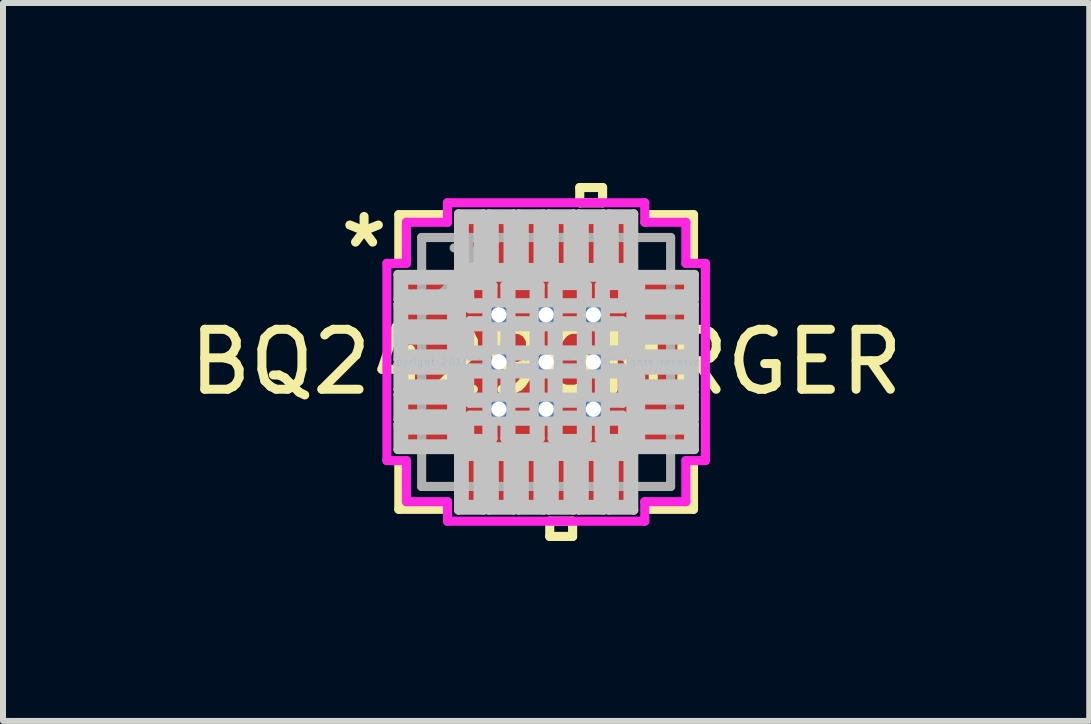
<source format=kicad_pcb>
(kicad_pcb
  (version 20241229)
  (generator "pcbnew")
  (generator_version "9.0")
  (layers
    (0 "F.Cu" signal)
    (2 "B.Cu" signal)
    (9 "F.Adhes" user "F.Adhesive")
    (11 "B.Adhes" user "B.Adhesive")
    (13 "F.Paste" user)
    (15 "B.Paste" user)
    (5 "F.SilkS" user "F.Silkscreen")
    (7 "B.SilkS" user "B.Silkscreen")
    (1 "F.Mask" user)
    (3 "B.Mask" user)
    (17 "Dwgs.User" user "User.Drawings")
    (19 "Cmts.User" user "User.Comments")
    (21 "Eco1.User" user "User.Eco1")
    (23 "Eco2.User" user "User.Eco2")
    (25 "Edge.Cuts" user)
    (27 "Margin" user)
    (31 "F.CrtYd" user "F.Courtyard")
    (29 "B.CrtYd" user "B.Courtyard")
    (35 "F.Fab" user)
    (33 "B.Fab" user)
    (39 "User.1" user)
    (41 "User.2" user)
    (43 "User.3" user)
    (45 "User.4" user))
  (footprint "BQ24296MRGER"
    (layer "F.Cu")
    (at 6.054 2.984)
    (property "Reference" "BQ24296MRGER" (at 0 0 0) (layer "F.SilkS") (effects (font (size 1 1) (thickness 0.15))))
    (attr through_hole)
    (fp_line (start -2.456 -2.456) (end -2.456 -1.718) (stroke (width 0.152) (type solid)) (layer "F.SilkS"))
    (fp_line (start -2.456 1.718) (end -2.456 2.456) (stroke (width 0.152) (type solid)) (layer "F.SilkS"))
    (fp_line (start -2.456 2.456) (end -1.718 2.456) (stroke (width 0.152) (type solid)) (layer "F.SilkS"))
    (fp_line (start -1.718 -2.456) (end -2.456 -2.456) (stroke (width 0.152) (type solid)) (layer "F.SilkS"))
    (fp_line (start 0.06 2.654) (end 0.06 2.908) (stroke (width 0.152) (type solid)) (layer "F.SilkS"))
    (fp_line (start 0.06 2.908) (end 0.441 2.908) (stroke (width 0.152) (type solid)) (layer "F.SilkS"))
    (fp_line (start 0.441 2.654) (end 0.06 2.654) (stroke (width 0.152) (type solid)) (layer "F.SilkS"))
    (fp_line (start 0.441 2.908) (end 0.441 2.654) (stroke (width 0.152) (type solid)) (layer "F.SilkS"))
    (fp_line (start 0.56 -2.908) (end 0.941 -2.908) (stroke (width 0.152) (type solid)) (layer "F.SilkS"))
    (fp_line (start 0.56 -2.654) (end 0.56 -2.908) (stroke (width 0.152) (type solid)) (layer "F.SilkS"))
    (fp_line (start 0.941 -2.908) (end 0.941 -2.654) (stroke (width 0.152) (type solid)) (layer "F.SilkS"))
    (fp_line (start 0.941 -2.654) (end 0.56 -2.654) (stroke (width 0.152) (type solid)) (layer "F.SilkS"))
    (fp_line (start 1.718 2.456) (end 2.456 2.456) (stroke (width 0.152) (type solid)) (layer "F.SilkS"))
    (fp_line (start 2.456 -2.456) (end 1.718 -2.456) (stroke (width 0.152) (type solid)) (layer "F.SilkS"))
    (fp_line (start 2.456 -1.718) (end 2.456 -2.456) (stroke (width 0.152) (type solid)) (layer "F.SilkS"))
    (fp_line (start 2.456 2.456) (end 2.456 1.718) (stroke (width 0.152) (type solid)) (layer "F.SilkS"))
    (fp_line (start -2.47 -1.46) (end -2.47 -1.04) (stroke (width 0.152) (type solid)) (layer "Dwgs.User"))
    (fp_line (start -2.47 -1.04) (end -1.48 -1.04) (stroke (width 0.152) (type solid)) (layer "Dwgs.User"))
    (fp_line (start -2.47 -0.96) (end -2.47 -0.54) (stroke (width 0.152) (type solid)) (layer "Dwgs.User"))
    (fp_line (start -2.47 -0.54) (end -1.48 -0.54) (stroke (width 0.152) (type solid)) (layer "Dwgs.User"))
    (fp_line (start -2.47 -0.46) (end -2.47 -0.04) (stroke (width 0.152) (type solid)) (layer "Dwgs.User"))
    (fp_line (start -2.47 -0.04) (end -1.48 -0.04) (stroke (width 0.152) (type solid)) (layer "Dwgs.User"))
    (fp_line (start -2.47 0.04) (end -2.47 0.46) (stroke (width 0.152) (type solid)) (layer "Dwgs.User"))
    (fp_line (start -2.47 0.46) (end -1.48 0.46) (stroke (width 0.152) (type solid)) (layer "Dwgs.User"))
    (fp_line (start -2.47 0.54) (end -2.47 0.96) (stroke (width 0.152) (type solid)) (layer "Dwgs.User"))
    (fp_line (start -2.47 0.96) (end -1.48 0.96) (stroke (width 0.152) (type solid)) (layer "Dwgs.User"))
    (fp_line (start -2.47 1.04) (end -2.47 1.46) (stroke (width 0.152) (type solid)) (layer "Dwgs.User"))
    (fp_line (start -2.47 1.46) (end -1.48 1.46) (stroke (width 0.152) (type solid)) (layer "Dwgs.User"))
    (fp_line (start -2.375 -1.365) (end -2.375 -1.135) (stroke (width 0.152) (type solid)) (layer "Dwgs.User"))
    (fp_line (start -2.375 -1.135) (end -1.575 -1.135) (stroke (width 0.152) (type solid)) (layer "Dwgs.User"))
    (fp_line (start -2.375 -0.865) (end -2.375 -0.635) (stroke (width 0.152) (type solid)) (layer "Dwgs.User"))
    (fp_line (start -2.375 -0.635) (end -1.575 -0.635) (stroke (width 0.152) (type solid)) (layer "Dwgs.User"))
    (fp_line (start -2.375 -0.365) (end -2.375 -0.135) (stroke (width 0.152) (type solid)) (layer "Dwgs.User"))
    (fp_line (start -2.375 -0.135) (end -1.575 -0.135) (stroke (width 0.152) (type solid)) (layer "Dwgs.User"))
    (fp_line (start -2.375 0.135) (end -2.375 0.365) (stroke (width 0.152) (type solid)) (layer "Dwgs.User"))
    (fp_line (start -2.375 0.365) (end -1.575 0.365) (stroke (width 0.152) (type solid)) (layer "Dwgs.User"))
    (fp_line (start -2.375 0.635) (end -2.375 0.865) (stroke (width 0.152) (type solid)) (layer "Dwgs.User"))
    (fp_line (start -2.375 0.865) (end -1.575 0.865) (stroke (width 0.152) (type solid)) (layer "Dwgs.User"))
    (fp_line (start -2.375 1.135) (end -2.375 1.365) (stroke (width 0.152) (type solid)) (layer "Dwgs.User"))
    (fp_line (start -2.375 1.365) (end -1.575 1.365) (stroke (width 0.152) (type solid)) (layer "Dwgs.User"))
    (fp_line (start -1.575 -1.365) (end -2.375 -1.365) (stroke (width 0.152) (type solid)) (layer "Dwgs.User"))
    (fp_line (start -1.575 -1.135) (end -1.575 -1.365) (stroke (width 0.152) (type solid)) (layer "Dwgs.User"))
    (fp_line (start -1.575 -0.865) (end -2.375 -0.865) (stroke (width 0.152) (type solid)) (layer "Dwgs.User"))
    (fp_line (start -1.575 -0.635) (end -1.575 -0.865) (stroke (width 0.152) (type solid)) (layer "Dwgs.User"))
    (fp_line (start -1.575 -0.365) (end -2.375 -0.365) (stroke (width 0.152) (type solid)) (layer "Dwgs.User"))
    (fp_line (start -1.575 -0.135) (end -1.575 -0.365) (stroke (width 0.152) (type solid)) (layer "Dwgs.User"))
    (fp_line (start -1.575 0.135) (end -2.375 0.135) (stroke (width 0.152) (type solid)) (layer "Dwgs.User"))
    (fp_line (start -1.575 0.365) (end -1.575 0.135) (stroke (width 0.152) (type solid)) (layer "Dwgs.User"))
    (fp_line (start -1.575 0.635) (end -2.375 0.635) (stroke (width 0.152) (type solid)) (layer "Dwgs.User"))
    (fp_line (start -1.575 0.865) (end -1.575 0.635) (stroke (width 0.152) (type solid)) (layer "Dwgs.User"))
    (fp_line (start -1.575 1.135) (end -2.375 1.135) (stroke (width 0.152) (type solid)) (layer "Dwgs.User"))
    (fp_line (start -1.575 1.365) (end -1.575 1.135) (stroke (width 0.152) (type solid)) (layer "Dwgs.User"))
    (fp_line (start -1.48 -1.46) (end -2.47 -1.46) (stroke (width 0.152) (type solid)) (layer "Dwgs.User"))
    (fp_line (start -1.48 -1.04) (end -1.48 -1.46) (stroke (width 0.152) (type solid)) (layer "Dwgs.User"))
    (fp_line (start -1.48 -0.96) (end -2.47 -0.96) (stroke (width 0.152) (type solid)) (layer "Dwgs.User"))
    (fp_line (start -1.48 -0.54) (end -1.48 -0.96) (stroke (width 0.152) (type solid)) (layer "Dwgs.User"))
    (fp_line (start -1.48 -0.46) (end -2.47 -0.46) (stroke (width 0.152) (type solid)) (layer "Dwgs.User"))
    (fp_line (start -1.48 -0.04) (end -1.48 -0.46) (stroke (width 0.152) (type solid)) (layer "Dwgs.User"))
    (fp_line (start -1.48 0.04) (end -2.47 0.04) (stroke (width 0.152) (type solid)) (layer "Dwgs.User"))
    (fp_line (start -1.48 0.46) (end -1.48 0.04) (stroke (width 0.152) (type solid)) (layer "Dwgs.User"))
    (fp_line (start -1.48 0.54) (end -2.47 0.54) (stroke (width 0.152) (type solid)) (layer "Dwgs.User"))
    (fp_line (start -1.48 0.96) (end -1.48 0.54) (stroke (width 0.152) (type solid)) (layer "Dwgs.User"))
    (fp_line (start -1.48 1.04) (end -2.47 1.04) (stroke (width 0.152) (type solid)) (layer "Dwgs.User"))
    (fp_line (start -1.48 1.46) (end -1.48 1.04) (stroke (width 0.152) (type solid)) (layer "Dwgs.User"))
    (fp_line (start -1.46 -2.47) (end -1.46 -1.48) (stroke (width 0.152) (type solid)) (layer "Dwgs.User"))
    (fp_line (start -1.46 -1.48) (end -1.041 -1.48) (stroke (width 0.152) (type solid)) (layer "Dwgs.User"))
    (fp_line (start -1.46 1.48) (end -1.46 2.47) (stroke (width 0.152) (type solid)) (layer "Dwgs.User"))
    (fp_line (start -1.46 2.47) (end -1.041 2.47) (stroke (width 0.152) (type solid)) (layer "Dwgs.User"))
    (fp_line (start -1.413 -1.413) (end -0.987 -1.413) (stroke (width 0.152) (type solid)) (layer "Dwgs.User"))
    (fp_line (start -1.413 -1.413) (end 1.413 -1.413) (stroke (width 0.152) (type solid)) (layer "Dwgs.User"))
    (fp_line (start -1.413 -0.987) (end -1.413 -1.413) (stroke (width 0.152) (type solid)) (layer "Dwgs.User"))
    (fp_line (start -1.413 -0.587) (end 1.413 -0.587) (stroke (width 0.152) (type solid)) (layer "Dwgs.User"))
    (fp_line (start -1.413 -0.2) (end -1.413 -0.587) (stroke (width 0.152) (type solid)) (layer "Dwgs.User"))
    (fp_line (start -1.413 0.2) (end 1.413 0.2) (stroke (width 0.152) (type solid)) (layer "Dwgs.User"))
    (fp_line (start -1.413 0.587) (end -1.413 0.2) (stroke (width 0.152) (type solid)) (layer "Dwgs.User"))
    (fp_line (start -1.413 0.987) (end 1.413 0.987) (stroke (width 0.152) (type solid)) (layer "Dwgs.User"))
    (fp_line (start -1.413 1.413) (end -1.413 -1.413) (stroke (width 0.152) (type solid)) (layer "Dwgs.User"))
    (fp_line (start -1.413 1.413) (end -1.413 0.987) (stroke (width 0.152) (type solid)) (layer "Dwgs.User"))
    (fp_line (start -1.365 -2.375) (end -1.365 -1.575) (stroke (width 0.152) (type solid)) (layer "Dwgs.User"))
    (fp_line (start -1.365 -1.575) (end -1.135 -1.575) (stroke (width 0.152) (type solid)) (layer "Dwgs.User"))
    (fp_line (start -1.365 1.575) (end -1.365 2.375) (stroke (width 0.152) (type solid)) (layer "Dwgs.User"))
    (fp_line (start -1.365 2.375) (end -1.135 2.375) (stroke (width 0.152) (type solid)) (layer "Dwgs.User"))
    (fp_line (start -1.275 -1.275) (end -1.275 -0.887) (stroke (width 0.152) (type solid)) (layer "Dwgs.User"))
    (fp_line (start -1.275 -0.887) (end -1.029 -0.887) (stroke (width 0.152) (type solid)) (layer "Dwgs.User"))
    (fp_line (start -1.275 -0.687) (end -1.275 -0.1) (stroke (width 0.152) (type solid)) (layer "Dwgs.User"))
    (fp_line (start -1.275 -0.1) (end -1.029 -0.1) (stroke (width 0.152) (type solid)) (layer "Dwgs.User"))
    (fp_line (start -1.275 0.1) (end -1.275 0.687) (stroke (width 0.152) (type solid)) (layer "Dwgs.User"))
    (fp_line (start -1.275 0.687) (end -1.029 0.687) (stroke (width 0.152) (type solid)) (layer "Dwgs.User"))
    (fp_line (start -1.275 0.887) (end -1.275 1.275) (stroke (width 0.152) (type solid)) (layer "Dwgs.User"))
    (fp_line (start -1.275 1.275) (end -0.887 1.275) (stroke (width 0.152) (type solid)) (layer "Dwgs.User"))
    (fp_line (start -1.135 -2.375) (end -1.365 -2.375) (stroke (width 0.152) (type solid)) (layer "Dwgs.User"))
    (fp_line (start -1.135 -1.575) (end -1.135 -2.375) (stroke (width 0.152) (type solid)) (layer "Dwgs.User"))
    (fp_line (start -1.135 1.575) (end -1.365 1.575) (stroke (width 0.152) (type solid)) (layer "Dwgs.User"))
    (fp_line (start -1.135 2.375) (end -1.135 1.575) (stroke (width 0.152) (type solid)) (layer "Dwgs.User"))
    (fp_line (start -1.041 -2.47) (end -1.46 -2.47) (stroke (width 0.152) (type solid)) (layer "Dwgs.User"))
    (fp_line (start -1.041 -1.48) (end -1.041 -2.47) (stroke (width 0.152) (type solid)) (layer "Dwgs.User"))
    (fp_line (start -1.041 1.48) (end -1.46 1.48) (stroke (width 0.152) (type solid)) (layer "Dwgs.User"))
    (fp_line (start -1.041 2.47) (end -1.041 1.48) (stroke (width 0.152) (type solid)) (layer "Dwgs.User"))
    (fp_line (start -1.029 -0.887) (end -1.029 -0.887) (stroke (width 0.152) (type solid)) (layer "Dwgs.User"))
    (fp_line (start -1.029 -0.887) (end -0.887 -1.029) (stroke (width 0.152) (type solid)) (layer "Dwgs.User"))
    (fp_line (start -1.029 -0.687) (end -1.275 -0.687) (stroke (width 0.152) (type solid)) (layer "Dwgs.User"))
    (fp_line (start -1.029 -0.687) (end -1.029 -0.687) (stroke (width 0.152) (type solid)) (layer "Dwgs.User"))
    (fp_line (start -1.029 -0.1) (end -1.029 -0.1) (stroke (width 0.152) (type solid)) (layer "Dwgs.User"))
    (fp_line (start -1.029 -0.1) (end -0.887 -0.241) (stroke (width 0.152) (type solid)) (layer "Dwgs.User"))
    (fp_line (start -1.029 0.1) (end -1.275 0.1) (stroke (width 0.152) (type solid)) (layer "Dwgs.User"))
    (fp_line (start -1.029 0.1) (end -1.029 0.1) (stroke (width 0.152) (type solid)) (layer "Dwgs.User"))
    (fp_line (start -1.029 0.687) (end -1.029 0.687) (stroke (width 0.152) (type solid)) (layer "Dwgs.User"))
    (fp_line (start -1.029 0.687) (end -0.887 0.546) (stroke (width 0.152) (type solid)) (layer "Dwgs.User"))
    (fp_line (start -1.029 0.887) (end -1.275 0.887) (stroke (width 0.152) (type solid)) (layer "Dwgs.User"))
    (fp_line (start -1.029 0.887) (end -1.029 0.887) (stroke (width 0.152) (type solid)) (layer "Dwgs.User"))
    (fp_line (start -0.987 -1.413) (end -0.987 1.413) (stroke (width 0.152) (type solid)) (layer "Dwgs.User"))
    (fp_line (start -0.987 1.413) (end -1.413 1.413) (stroke (width 0.152) (type solid)) (layer "Dwgs.User"))
    (fp_line (start -0.96 -2.47) (end -0.96 -1.48) (stroke (width 0.152) (type solid)) (layer "Dwgs.User"))
    (fp_line (start -0.96 -1.48) (end -0.541 -1.48) (stroke (width 0.152) (type solid)) (layer "Dwgs.User"))
    (fp_line (start -0.96 1.48) (end -0.96 2.47) (stroke (width 0.152) (type solid)) (layer "Dwgs.User"))
    (fp_line (start -0.96 2.47) (end -0.541 2.47) (stroke (width 0.152) (type solid)) (layer "Dwgs.User"))
    (fp_line (start -0.887 -1.275) (end -1.275 -1.275) (stroke (width 0.152) (type solid)) (layer "Dwgs.User"))
    (fp_line (start -0.887 -1.029) (end -0.887 -1.275) (stroke (width 0.152) (type solid)) (layer "Dwgs.User"))
    (fp_line (start -0.887 -1.029) (end -0.887 -1.029) (stroke (width 0.152) (type solid)) (layer "Dwgs.User"))
    (fp_line (start -0.887 -0.546) (end -1.029 -0.687) (stroke (width 0.152) (type solid)) (layer "Dwgs.User"))
    (fp_line (start -0.887 -0.546) (end -0.887 -0.546) (stroke (width 0.152) (type solid)) (layer "Dwgs.User"))
    (fp_line (start -0.887 -0.241) (end -0.887 -0.546) (stroke (width 0.152) (type solid)) (layer "Dwgs.User"))
    (fp_line (start -0.887 -0.241) (end -0.887 -0.241) (stroke (width 0.152) (type solid)) (layer "Dwgs.User"))
    (fp_line (start -0.887 0.241) (end -1.029 0.1) (stroke (width 0.152) (type solid)) (layer "Dwgs.User"))
    (fp_line (start -0.887 0.241) (end -0.887 0.241) (stroke (width 0.152) (type solid)) (layer "Dwgs.User"))
    (fp_line (start -0.887 0.546) (end -0.887 0.241) (stroke (width 0.152) (type solid)) (layer "Dwgs.User"))
    (fp_line (start -0.887 0.546) (end -0.887 0.546) (stroke (width 0.152) (type solid)) (layer "Dwgs.User"))
    (fp_line (start -0.887 1.029) (end -1.029 0.887) (stroke (width 0.152) (type solid)) (layer "Dwgs.User"))
    (fp_line (start -0.887 1.029) (end -0.887 1.029) (stroke (width 0.152) (type solid)) (layer "Dwgs.User"))
    (fp_line (start -0.887 1.275) (end -0.887 1.029) (stroke (width 0.152) (type solid)) (layer "Dwgs.User"))
    (fp_line (start -0.865 -2.375) (end -0.865 -1.575) (stroke (width 0.152) (type solid)) (layer "Dwgs.User"))
    (fp_line (start -0.865 -1.575) (end -0.635 -1.575) (stroke (width 0.152) (type solid)) (layer "Dwgs.User"))
    (fp_line (start -0.865 1.575) (end -0.865 2.375) (stroke (width 0.152) (type solid)) (layer "Dwgs.User"))
    (fp_line (start -0.865 2.375) (end -0.635 2.375) (stroke (width 0.152) (type solid)) (layer "Dwgs.User"))
    (fp_line (start -0.687 -1.275) (end -0.687 -1.029) (stroke (width 0.152) (type solid)) (layer "Dwgs.User"))
    (fp_line (start -0.687 -1.029) (end -0.687 -1.029) (stroke (width 0.152) (type solid)) (layer "Dwgs.User"))
    (fp_line (start -0.687 -1.029) (end -0.546 -0.887) (stroke (width 0.152) (type solid)) (layer "Dwgs.User"))
    (fp_line (start -0.687 -0.546) (end -0.687 -0.546) (stroke (width 0.152) (type solid)) (layer "Dwgs.User"))
    (fp_line (start -0.687 -0.546) (end -0.687 -0.241) (stroke (width 0.152) (type solid)) (layer "Dwgs.User"))
    (fp_line (start -0.687 -0.241) (end -0.687 -0.241) (stroke (width 0.152) (type solid)) (layer "Dwgs.User"))
    (fp_line (start -0.687 -0.241) (end -0.546 -0.1) (stroke (width 0.152) (type solid)) (layer "Dwgs.User"))
    (fp_line (start -0.687 0.241) (end -0.687 0.241) (stroke (width 0.152) (type solid)) (layer "Dwgs.User"))
    (fp_line (start -0.687 0.241) (end -0.687 0.546) (stroke (width 0.152) (type solid)) (layer "Dwgs.User"))
    (fp_line (start -0.687 0.546) (end -0.687 0.546) (stroke (width 0.152) (type solid)) (layer "Dwgs.User"))
    (fp_line (start -0.687 0.546) (end -0.546 0.687) (stroke (width 0.152) (type solid)) (layer "Dwgs.User"))
    (fp_line (start -0.687 1.029) (end -0.687 1.029) (stroke (width 0.152) (type solid)) (layer "Dwgs.User"))
    (fp_line (start -0.687 1.029) (end -0.687 1.275) (stroke (width 0.152) (type solid)) (layer "Dwgs.User"))
    (fp_line (start -0.687 1.275) (end -0.1 1.275) (stroke (width 0.152) (type solid)) (layer "Dwgs.User"))
    (fp_line (start -0.635 -2.375) (end -0.865 -2.375) (stroke (width 0.152) (type solid)) (layer "Dwgs.User"))
    (fp_line (start -0.635 -1.575) (end -0.635 -2.375) (stroke (width 0.152) (type solid)) (layer "Dwgs.User"))
    (fp_line (start -0.635 1.575) (end -0.865 1.575) (stroke (width 0.152) (type solid)) (layer "Dwgs.User"))
    (fp_line (start -0.635 2.375) (end -0.635 1.575) (stroke (width 0.152) (type solid)) (layer "Dwgs.User"))
    (fp_line (start -0.587 -1.413) (end -0.587 1.413) (stroke (width 0.152) (type solid)) (layer "Dwgs.User"))
    (fp_line (start -0.587 1.413) (end -0.2 1.413) (stroke (width 0.152) (type solid)) (layer "Dwgs.User"))
    (fp_line (start -0.546 -0.887) (end -0.546 -0.887) (stroke (width 0.152) (type solid)) (layer "Dwgs.User"))
    (fp_line (start -0.546 -0.887) (end -0.241 -0.887) (stroke (width 0.152) (type solid)) (layer "Dwgs.User"))
    (fp_line (start -0.546 -0.687) (end -0.687 -0.546) (stroke (width 0.152) (type solid)) (layer "Dwgs.User"))
    (fp_line (start -0.546 -0.687) (end -0.546 -0.687) (stroke (width 0.152) (type solid)) (layer "Dwgs.User"))
    (fp_line (start -0.546 -0.1) (end -0.546 -0.1) (stroke (width 0.152) (type solid)) (layer "Dwgs.User"))
    (fp_line (start -0.546 -0.1) (end -0.241 -0.1) (stroke (width 0.152) (type solid)) (layer "Dwgs.User"))
    (fp_line (start -0.546 0.1) (end -0.687 0.241) (stroke (width 0.152) (type solid)) (layer "Dwgs.User"))
    (fp_line (start -0.546 0.1) (end -0.546 0.1) (stroke (width 0.152) (type solid)) (layer "Dwgs.User"))
    (fp_line (start -0.546 0.687) (end -0.546 0.687) (stroke (width 0.152) (type solid)) (layer "Dwgs.User"))
    (fp_line (start -0.546 0.687) (end -0.241 0.687) (stroke (width 0.152) (type solid)) (layer "Dwgs.User"))
    (fp_line (start -0.546 0.887) (end -0.687 1.029) (stroke (width 0.152) (type solid)) (layer "Dwgs.User"))
    (fp_line (start -0.546 0.887) (end -0.546 0.887) (stroke (width 0.152) (type solid)) (layer "Dwgs.User"))
    (fp_line (start -0.541 -2.47) (end -0.96 -2.47) (stroke (width 0.152) (type solid)) (layer "Dwgs.User"))
    (fp_line (start -0.541 -1.48) (end -0.541 -2.47) (stroke (width 0.152) (type solid)) (layer "Dwgs.User"))
    (fp_line (start -0.541 1.48) (end -0.96 1.48) (stroke (width 0.152) (type solid)) (layer "Dwgs.User"))
    (fp_line (start -0.541 2.47) (end -0.541 1.48) (stroke (width 0.152) (type solid)) (layer "Dwgs.User"))
    (fp_line (start -0.46 -2.47) (end -0.46 -1.48) (stroke (width 0.152) (type solid)) (layer "Dwgs.User"))
    (fp_line (start -0.46 -1.48) (end -0.04 -1.48) (stroke (width 0.152) (type solid)) (layer "Dwgs.User"))
    (fp_line (start -0.46 1.48) (end -0.46 2.47) (stroke (width 0.152) (type solid)) (layer "Dwgs.User"))
    (fp_line (start -0.46 2.47) (end -0.04 2.47) (stroke (width 0.152) (type solid)) (layer "Dwgs.User"))
    (fp_line (start -0.365 -2.375) (end -0.365 -1.575) (stroke (width 0.152) (type solid)) (layer "Dwgs.User"))
    (fp_line (start -0.365 -1.575) (end -0.135 -1.575) (stroke (width 0.152) (type solid)) (layer "Dwgs.User"))
    (fp_line (start -0.365 1.575) (end -0.365 2.375) (stroke (width 0.152) (type solid)) (layer "Dwgs.User"))
    (fp_line (start -0.365 2.375) (end -0.135 2.375) (stroke (width 0.152) (type solid)) (layer "Dwgs.User"))
    (fp_line (start -0.241 -0.887) (end -0.241 -0.887) (stroke (width 0.152) (type solid)) (layer "Dwgs.User"))
    (fp_line (start -0.241 -0.887) (end -0.1 -1.029) (stroke (width 0.152) (type solid)) (layer "Dwgs.User"))
    (fp_line (start -0.241 -0.687) (end -0.546 -0.687) (stroke (width 0.152) (type solid)) (layer "Dwgs.User"))
    (fp_line (start -0.241 -0.687) (end -0.241 -0.687) (stroke (width 0.152) (type solid)) (layer "Dwgs.User"))
    (fp_line (start -0.241 -0.1) (end -0.241 -0.1) (stroke (width 0.152) (type solid)) (layer "Dwgs.User"))
    (fp_line (start -0.241 -0.1) (end -0.1 -0.241) (stroke (width 0.152) (type solid)) (layer "Dwgs.User"))
    (fp_line (start -0.241 0.1) (end -0.546 0.1) (stroke (width 0.152) (type solid)) (layer "Dwgs.User"))
    (fp_line (start -0.241 0.1) (end -0.241 0.1) (stroke (width 0.152) (type solid)) (layer "Dwgs.User"))
    (fp_line (start -0.241 0.687) (end -0.241 0.687) (stroke (width 0.152) (type solid)) (layer "Dwgs.User"))
    (fp_line (start -0.241 0.687) (end -0.1 0.546) (stroke (width 0.152) (type solid)) (layer "Dwgs.User"))
    (fp_line (start -0.241 0.887) (end -0.546 0.887) (stroke (width 0.152) (type solid)) (layer "Dwgs.User"))
    (fp_line (start -0.241 0.887) (end -0.241 0.887) (stroke (width 0.152) (type solid)) (layer "Dwgs.User"))
    (fp_line (start -0.2 -1.413) (end -0.587 -1.413) (stroke (width 0.152) (type solid)) (layer "Dwgs.User"))
    (fp_line (start -0.2 1.413) (end -0.2 -1.413) (stroke (width 0.152) (type solid)) (layer "Dwgs.User"))
    (fp_line (start -0.135 -2.375) (end -0.365 -2.375) (stroke (width 0.152) (type solid)) (layer "Dwgs.User"))
    (fp_line (start -0.135 -1.575) (end -0.135 -2.375) (stroke (width 0.152) (type solid)) (layer "Dwgs.User"))
    (fp_line (start -0.135 1.575) (end -0.365 1.575) (stroke (width 0.152) (type solid)) (layer "Dwgs.User"))
    (fp_line (start -0.135 2.375) (end -0.135 1.575) (stroke (width 0.152) (type solid)) (layer "Dwgs.User"))
    (fp_line (start -0.1 -1.275) (end -0.687 -1.275) (stroke (width 0.152) (type solid)) (layer "Dwgs.User"))
    (fp_line (start -0.1 -1.029) (end -0.1 -1.275) (stroke (width 0.152) (type solid)) (layer "Dwgs.User"))
    (fp_line (start -0.1 -1.029) (end -0.1 -1.029) (stroke (width 0.152) (type solid)) (layer "Dwgs.User"))
    (fp_line (start -0.1 -0.546) (end -0.241 -0.687) (stroke (width 0.152) (type solid)) (layer "Dwgs.User"))
    (fp_line (start -0.1 -0.546) (end -0.1 -0.546) (stroke (width 0.152) (type solid)) (layer "Dwgs.User"))
    (fp_line (start -0.1 -0.241) (end -0.1 -0.546) (stroke (width 0.152) (type solid)) (layer "Dwgs.User"))
    (fp_line (start -0.1 -0.241) (end -0.1 -0.241) (stroke (width 0.152) (type solid)) (layer "Dwgs.User"))
    (fp_line (start -0.1 0.241) (end -0.241 0.1) (stroke (width 0.152) (type solid)) (layer "Dwgs.User"))
    (fp_line (start -0.1 0.241) (end -0.1 0.241) (stroke (width 0.152) (type solid)) (layer "Dwgs.User"))
    (fp_line (start -0.1 0.546) (end -0.1 0.241) (stroke (width 0.152) (type solid)) (layer "Dwgs.User"))
    (fp_line (start -0.1 0.546) (end -0.1 0.546) (stroke (width 0.152) (type solid)) (layer "Dwgs.User"))
    (fp_line (start -0.1 1.029) (end -0.241 0.887) (stroke (width 0.152) (type solid)) (layer "Dwgs.User"))
    (fp_line (start -0.1 1.029) (end -0.1 1.029) (stroke (width 0.152) (type solid)) (layer "Dwgs.User"))
    (fp_line (start -0.1 1.275) (end -0.1 1.029) (stroke (width 0.152) (type solid)) (layer "Dwgs.User"))
    (fp_line (start -0.04 -2.47) (end -0.46 -2.47) (stroke (width 0.152) (type solid)) (layer "Dwgs.User"))
    (fp_line (start -0.04 -1.48) (end -0.04 -2.47) (stroke (width 0.152) (type solid)) (layer "Dwgs.User"))
    (fp_line (start -0.04 1.48) (end -0.46 1.48) (stroke (width 0.152) (type solid)) (layer "Dwgs.User"))
    (fp_line (start -0.04 2.47) (end -0.04 1.48) (stroke (width 0.152) (type solid)) (layer "Dwgs.User"))
    (fp_line (start 0.04 -2.47) (end 0.04 -1.48) (stroke (width 0.152) (type solid)) (layer "Dwgs.User"))
    (fp_line (start 0.04 -1.48) (end 0.46 -1.48) (stroke (width 0.152) (type solid)) (layer "Dwgs.User"))
    (fp_line (start 0.04 1.48) (end 0.04 2.47) (stroke (width 0.152) (type solid)) (layer "Dwgs.User"))
    (fp_line (start 0.04 2.47) (end 0.46 2.47) (stroke (width 0.152) (type solid)) (layer "Dwgs.User"))
    (fp_line (start 0.1 -1.275) (end 0.1 -1.029) (stroke (width 0.152) (type solid)) (layer "Dwgs.User"))
    (fp_line (start 0.1 -1.029) (end 0.1 -1.029) (stroke (width 0.152) (type solid)) (layer "Dwgs.User"))
    (fp_line (start 0.1 -1.029) (end 0.241 -0.887) (stroke (width 0.152) (type solid)) (layer "Dwgs.User"))
    (fp_line (start 0.1 -0.546) (end 0.1 -0.546) (stroke (width 0.152) (type solid)) (layer "Dwgs.User"))
    (fp_line (start 0.1 -0.546) (end 0.1 -0.241) (stroke (width 0.152) (type solid)) (layer "Dwgs.User"))
    (fp_line (start 0.1 -0.241) (end 0.1 -0.241) (stroke (width 0.152) (type solid)) (layer "Dwgs.User"))
    (fp_line (start 0.1 -0.241) (end 0.241 -0.1) (stroke (width 0.152) (type solid)) (layer "Dwgs.User"))
    (fp_line (start 0.1 0.241) (end 0.1 0.241) (stroke (width 0.152) (type solid)) (layer "Dwgs.User"))
    (fp_line (start 0.1 0.241) (end 0.1 0.546) (stroke (width 0.152) (type solid)) (layer "Dwgs.User"))
    (fp_line (start 0.1 0.546) (end 0.1 0.546) (stroke (width 0.152) (type solid)) (layer "Dwgs.User"))
    (fp_line (start 0.1 0.546) (end 0.241 0.687) (stroke (width 0.152) (type solid)) (layer "Dwgs.User"))
    (fp_line (start 0.1 1.029) (end 0.1 1.029) (stroke (width 0.152) (type solid)) (layer "Dwgs.User"))
    (fp_line (start 0.1 1.029) (end 0.1 1.275) (stroke (width 0.152) (type solid)) (layer "Dwgs.User"))
    (fp_line (start 0.1 1.275) (end 0.687 1.275) (stroke (width 0.152) (type solid)) (layer "Dwgs.User"))
    (fp_line (start 0.135 -2.375) (end 0.135 -1.575) (stroke (width 0.152) (type solid)) (layer "Dwgs.User"))
    (fp_line (start 0.135 -1.575) (end 0.365 -1.575) (stroke (width 0.152) (type solid)) (layer "Dwgs.User"))
    (fp_line (start 0.135 1.575) (end 0.135 2.375) (stroke (width 0.152) (type solid)) (layer "Dwgs.User"))
    (fp_line (start 0.135 2.375) (end 0.365 2.375) (stroke (width 0.152) (type solid)) (layer "Dwgs.User"))
    (fp_line (start 0.2 -1.413) (end 0.2 1.413) (stroke (width 0.152) (type solid)) (layer "Dwgs.User"))
    (fp_line (start 0.2 1.413) (end 0.587 1.413) (stroke (width 0.152) (type solid)) (layer "Dwgs.User"))
    (fp_line (start 0.241 -0.887) (end 0.241 -0.887) (stroke (width 0.152) (type solid)) (layer "Dwgs.User"))
    (fp_line (start 0.241 -0.887) (end 0.546 -0.887) (stroke (width 0.152) (type solid)) (layer "Dwgs.User"))
    (fp_line (start 0.241 -0.687) (end 0.1 -0.546) (stroke (width 0.152) (type solid)) (layer "Dwgs.User"))
    (fp_line (start 0.241 -0.687) (end 0.241 -0.687) (stroke (width 0.152) (type solid)) (layer "Dwgs.User"))
    (fp_line (start 0.241 -0.1) (end 0.241 -0.1) (stroke (width 0.152) (type solid)) (layer "Dwgs.User"))
    (fp_line (start 0.241 -0.1) (end 0.546 -0.1) (stroke (width 0.152) (type solid)) (layer "Dwgs.User"))
    (fp_line (start 0.241 0.1) (end 0.1 0.241) (stroke (width 0.152) (type solid)) (layer "Dwgs.User"))
    (fp_line (start 0.241 0.1) (end 0.241 0.1) (stroke (width 0.152) (type solid)) (layer "Dwgs.User"))
    (fp_line (start 0.241 0.687) (end 0.241 0.687) (stroke (width 0.152) (type solid)) (layer "Dwgs.User"))
    (fp_line (start 0.241 0.687) (end 0.546 0.687) (stroke (width 0.152) (type solid)) (layer "Dwgs.User"))
    (fp_line (start 0.241 0.887) (end 0.1 1.029) (stroke (width 0.152) (type solid)) (layer "Dwgs.User"))
    (fp_line (start 0.241 0.887) (end 0.241 0.887) (stroke (width 0.152) (type solid)) (layer "Dwgs.User"))
    (fp_line (start 0.365 -2.375) (end 0.135 -2.375) (stroke (width 0.152) (type solid)) (layer "Dwgs.User"))
    (fp_line (start 0.365 -1.575) (end 0.365 -2.375) (stroke (width 0.152) (type solid)) (layer "Dwgs.User"))
    (fp_line (start 0.365 1.575) (end 0.135 1.575) (stroke (width 0.152) (type solid)) (layer "Dwgs.User"))
    (fp_line (start 0.365 2.375) (end 0.365 1.575) (stroke (width 0.152) (type solid)) (layer "Dwgs.User"))
    (fp_line (start 0.46 -2.47) (end 0.04 -2.47) (stroke (width 0.152) (type solid)) (layer "Dwgs.User"))
    (fp_line (start 0.46 -1.48) (end 0.46 -2.47) (stroke (width 0.152) (type solid)) (layer "Dwgs.User"))
    (fp_line (start 0.46 1.48) (end 0.04 1.48) (stroke (width 0.152) (type solid)) (layer "Dwgs.User"))
    (fp_line (start 0.46 2.47) (end 0.46 1.48) (stroke (width 0.152) (type solid)) (layer "Dwgs.User"))
    (fp_line (start 0.541 -2.47) (end 0.541 -1.48) (stroke (width 0.152) (type solid)) (layer "Dwgs.User"))
    (fp_line (start 0.541 -1.48) (end 0.96 -1.48) (stroke (width 0.152) (type solid)) (layer "Dwgs.User"))
    (fp_line (start 0.541 1.48) (end 0.541 2.47) (stroke (width 0.152) (type solid)) (layer "Dwgs.User"))
    (fp_line (start 0.541 2.47) (end 0.96 2.47) (stroke (width 0.152) (type solid)) (layer "Dwgs.User"))
    (fp_line (start 0.546 -0.887) (end 0.546 -0.887) (stroke (width 0.152) (type solid)) (layer "Dwgs.User"))
    (fp_line (start 0.546 -0.887) (end 0.687 -1.029) (stroke (width 0.152) (type solid)) (layer "Dwgs.User"))
    (fp_line (start 0.546 -0.687) (end 0.241 -0.687) (stroke (width 0.152) (type solid)) (layer "Dwgs.User"))
    (fp_line (start 0.546 -0.687) (end 0.546 -0.687) (stroke (width 0.152) (type solid)) (layer "Dwgs.User"))
    (fp_line (start 0.546 -0.1) (end 0.546 -0.1) (stroke (width 0.152) (type solid)) (layer "Dwgs.User"))
    (fp_line (start 0.546 -0.1) (end 0.687 -0.241) (stroke (width 0.152) (type solid)) (layer "Dwgs.User"))
    (fp_line (start 0.546 0.1) (end 0.241 0.1) (stroke (width 0.152) (type solid)) (layer "Dwgs.User"))
    (fp_line (start 0.546 0.1) (end 0.546 0.1) (stroke (width 0.152) (type solid)) (layer "Dwgs.User"))
    (fp_line (start 0.546 0.687) (end 0.546 0.687) (stroke (width 0.152) (type solid)) (layer "Dwgs.User"))
    (fp_line (start 0.546 0.687) (end 0.687 0.546) (stroke (width 0.152) (type solid)) (layer "Dwgs.User"))
    (fp_line (start 0.546 0.887) (end 0.241 0.887) (stroke (width 0.152) (type solid)) (layer "Dwgs.User"))
    (fp_line (start 0.546 0.887) (end 0.546 0.887) (stroke (width 0.152) (type solid)) (layer "Dwgs.User"))
    (fp_line (start 0.587 -1.413) (end 0.2 -1.413) (stroke (width 0.152) (type solid)) (layer "Dwgs.User"))
    (fp_line (start 0.587 1.413) (end 0.587 -1.413) (stroke (width 0.152) (type solid)) (layer "Dwgs.User"))
    (fp_line (start 0.635 -2.375) (end 0.635 -1.575) (stroke (width 0.152) (type solid)) (layer "Dwgs.User"))
    (fp_line (start 0.635 -1.575) (end 0.865 -1.575) (stroke (width 0.152) (type solid)) (layer "Dwgs.User"))
    (fp_line (start 0.635 1.575) (end 0.635 2.375) (stroke (width 0.152) (type solid)) (layer "Dwgs.User"))
    (fp_line (start 0.635 2.375) (end 0.865 2.375) (stroke (width 0.152) (type solid)) (layer "Dwgs.User"))
    (fp_line (start 0.687 -1.275) (end 0.1 -1.275) (stroke (width 0.152) (type solid)) (layer "Dwgs.User"))
    (fp_line (start 0.687 -1.029) (end 0.687 -1.275) (stroke (width 0.152) (type solid)) (layer "Dwgs.User"))
    (fp_line (start 0.687 -1.029) (end 0.687 -1.029) (stroke (width 0.152) (type solid)) (layer "Dwgs.User"))
    (fp_line (start 0.687 -0.546) (end 0.546 -0.687) (stroke (width 0.152) (type solid)) (layer "Dwgs.User"))
    (fp_line (start 0.687 -0.546) (end 0.687 -0.546) (stroke (width 0.152) (type solid)) (layer "Dwgs.User"))
    (fp_line (start 0.687 -0.241) (end 0.687 -0.546) (stroke (width 0.152) (type solid)) (layer "Dwgs.User"))
    (fp_line (start 0.687 -0.241) (end 0.687 -0.241) (stroke (width 0.152) (type solid)) (layer "Dwgs.User"))
    (fp_line (start 0.687 0.241) (end 0.546 0.1) (stroke (width 0.152) (type solid)) (layer "Dwgs.User"))
    (fp_line (start 0.687 0.241) (end 0.687 0.241) (stroke (width 0.152) (type solid)) (layer "Dwgs.User"))
    (fp_line (start 0.687 0.546) (end 0.687 0.241) (stroke (width 0.152) (type solid)) (layer "Dwgs.User"))
    (fp_line (start 0.687 0.546) (end 0.687 0.546) (stroke (width 0.152) (type solid)) (layer "Dwgs.User"))
    (fp_line (start 0.687 1.029) (end 0.546 0.887) (stroke (width 0.152) (type solid)) (layer "Dwgs.User"))
    (fp_line (start 0.687 1.029) (end 0.687 1.029) (stroke (width 0.152) (type solid)) (layer "Dwgs.User"))
    (fp_line (start 0.687 1.275) (end 0.687 1.029) (stroke (width 0.152) (type solid)) (layer "Dwgs.User"))
    (fp_line (start 0.865 -2.375) (end 0.635 -2.375) (stroke (width 0.152) (type solid)) (layer "Dwgs.User"))
    (fp_line (start 0.865 -1.575) (end 0.865 -2.375) (stroke (width 0.152) (type solid)) (layer "Dwgs.User"))
    (fp_line (start 0.865 1.575) (end 0.635 1.575) (stroke (width 0.152) (type solid)) (layer "Dwgs.User"))
    (fp_line (start 0.865 2.375) (end 0.865 1.575) (stroke (width 0.152) (type solid)) (layer "Dwgs.User"))
    (fp_line (start 0.887 -1.275) (end 0.887 -1.029) (stroke (width 0.152) (type solid)) (layer "Dwgs.User"))
    (fp_line (start 0.887 -1.029) (end 0.887 -1.029) (stroke (width 0.152) (type solid)) (layer "Dwgs.User"))
    (fp_line (start 0.887 -1.029) (end 1.029 -0.887) (stroke (width 0.152) (type solid)) (layer "Dwgs.User"))
    (fp_line (start 0.887 -0.546) (end 0.887 -0.546) (stroke (width 0.152) (type solid)) (layer "Dwgs.User"))
    (fp_line (start 0.887 -0.546) (end 0.887 -0.241) (stroke (width 0.152) (type solid)) (layer "Dwgs.User"))
    (fp_line (start 0.887 -0.241) (end 0.887 -0.241) (stroke (width 0.152) (type solid)) (layer "Dwgs.User"))
    (fp_line (start 0.887 -0.241) (end 1.029 -0.1) (stroke (width 0.152) (type solid)) (layer "Dwgs.User"))
    (fp_line (start 0.887 0.241) (end 0.887 0.241) (stroke (width 0.152) (type solid)) (layer "Dwgs.User"))
    (fp_line (start 0.887 0.241) (end 0.887 0.546) (stroke (width 0.152) (type solid)) (layer "Dwgs.User"))
    (fp_line (start 0.887 0.546) (end 0.887 0.546) (stroke (width 0.152) (type solid)) (layer "Dwgs.User"))
    (fp_line (start 0.887 0.546) (end 1.029 0.687) (stroke (width 0.152) (type solid)) (layer "Dwgs.User"))
    (fp_line (start 0.887 1.029) (end 0.887 1.029) (stroke (width 0.152) (type solid)) (layer "Dwgs.User"))
    (fp_line (start 0.887 1.029) (end 0.887 1.275) (stroke (width 0.152) (type solid)) (layer "Dwgs.User"))
    (fp_line (start 0.887 1.275) (end 1.275 1.275) (stroke (width 0.152) (type solid)) (layer "Dwgs.User"))
    (fp_line (start 0.96 -2.47) (end 0.541 -2.47) (stroke (width 0.152) (type solid)) (layer "Dwgs.User"))
    (fp_line (start 0.96 -1.48) (end 0.96 -2.47) (stroke (width 0.152) (type solid)) (layer "Dwgs.User"))
    (fp_line (start 0.96 1.48) (end 0.541 1.48) (stroke (width 0.152) (type solid)) (layer "Dwgs.User"))
    (fp_line (start 0.96 2.47) (end 0.96 1.48) (stroke (width 0.152) (type solid)) (layer "Dwgs.User"))
    (fp_line (start 0.987 -1.413) (end 1.413 -1.413) (stroke (width 0.152) (type solid)) (layer "Dwgs.User"))
    (fp_line (start 0.987 1.413) (end 0.987 -1.413) (stroke (width 0.152) (type solid)) (layer "Dwgs.User"))
    (fp_line (start 1.029 -0.887) (end 1.029 -0.887) (stroke (width 0.152) (type solid)) (layer "Dwgs.User"))
    (fp_line (start 1.029 -0.887) (end 1.275 -0.887) (stroke (width 0.152) (type solid)) (layer "Dwgs.User"))
    (fp_line (start 1.029 -0.687) (end 0.887 -0.546) (stroke (width 0.152) (type solid)) (layer "Dwgs.User"))
    (fp_line (start 1.029 -0.687) (end 1.029 -0.687) (stroke (width 0.152) (type solid)) (layer "Dwgs.User"))
    (fp_line (start 1.029 -0.1) (end 1.029 -0.1) (stroke (width 0.152) (type solid)) (layer "Dwgs.User"))
    (fp_line (start 1.029 -0.1) (end 1.275 -0.1) (stroke (width 0.152) (type solid)) (layer "Dwgs.User"))
    (fp_line (start 1.029 0.1) (end 0.887 0.241) (stroke (width 0.152) (type solid)) (layer "Dwgs.User"))
    (fp_line (start 1.029 0.1) (end 1.029 0.1) (stroke (width 0.152) (type solid)) (layer "Dwgs.User"))
    (fp_line (start 1.029 0.687) (end 1.029 0.687) (stroke (width 0.152) (type solid)) (layer "Dwgs.User"))
    (fp_line (start 1.029 0.687) (end 1.275 0.687) (stroke (width 0.152) (type solid)) (layer "Dwgs.User"))
    (fp_line (start 1.029 0.887) (end 0.887 1.029) (stroke (width 0.152) (type solid)) (layer "Dwgs.User"))
    (fp_line (start 1.029 0.887) (end 1.029 0.887) (stroke (width 0.152) (type solid)) (layer "Dwgs.User"))
    (fp_line (start 1.041 -2.47) (end 1.041 -1.48) (stroke (width 0.152) (type solid)) (layer "Dwgs.User"))
    (fp_line (start 1.041 -1.48) (end 1.46 -1.48) (stroke (width 0.152) (type solid)) (layer "Dwgs.User"))
    (fp_line (start 1.041 1.48) (end 1.041 2.47) (stroke (width 0.152) (type solid)) (layer "Dwgs.User"))
    (fp_line (start 1.041 2.47) (end 1.46 2.47) (stroke (width 0.152) (type solid)) (layer "Dwgs.User"))
    (fp_line (start 1.135 -2.375) (end 1.135 -1.575) (stroke (width 0.152) (type solid)) (layer "Dwgs.User"))
    (fp_line (start 1.135 -1.575) (end 1.365 -1.575) (stroke (width 0.152) (type solid)) (layer "Dwgs.User"))
    (fp_line (start 1.135 1.575) (end 1.135 2.375) (stroke (width 0.152) (type solid)) (layer "Dwgs.User"))
    (fp_line (start 1.135 2.375) (end 1.365 2.375) (stroke (width 0.152) (type solid)) (layer "Dwgs.User"))
    (fp_line (start 1.275 -1.275) (end 0.887 -1.275) (stroke (width 0.152) (type solid)) (layer "Dwgs.User"))
    (fp_line (start 1.275 -0.887) (end 1.275 -1.275) (stroke (width 0.152) (type solid)) (layer "Dwgs.User"))
    (fp_line (start 1.275 -0.687) (end 1.029 -0.687) (stroke (width 0.152) (type solid)) (layer "Dwgs.User"))
    (fp_line (start 1.275 -0.1) (end 1.275 -0.687) (stroke (width 0.152) (type solid)) (layer "Dwgs.User"))
    (fp_line (start 1.275 0.1) (end 1.029 0.1) (stroke (width 0.152) (type solid)) (layer "Dwgs.User"))
    (fp_line (start 1.275 0.687) (end 1.275 0.1) (stroke (width 0.152) (type solid)) (layer "Dwgs.User"))
    (fp_line (start 1.275 0.887) (end 1.029 0.887) (stroke (width 0.152) (type solid)) (layer "Dwgs.User"))
    (fp_line (start 1.275 1.275) (end 1.275 0.887) (stroke (width 0.152) (type solid)) (layer "Dwgs.User"))
    (fp_line (start 1.365 -2.375) (end 1.135 -2.375) (stroke (width 0.152) (type solid)) (layer "Dwgs.User"))
    (fp_line (start 1.365 -1.575) (end 1.365 -2.375) (stroke (width 0.152) (type solid)) (layer "Dwgs.User"))
    (fp_line (start 1.365 1.575) (end 1.135 1.575) (stroke (width 0.152) (type solid)) (layer "Dwgs.User"))
    (fp_line (start 1.365 2.375) (end 1.365 1.575) (stroke (width 0.152) (type solid)) (layer "Dwgs.User"))
    (fp_line (start 1.413 -1.413) (end 1.413 -0.987) (stroke (width 0.152) (type solid)) (layer "Dwgs.User"))
    (fp_line (start 1.413 -1.413) (end 1.413 1.413) (stroke (width 0.152) (type solid)) (layer "Dwgs.User"))
    (fp_line (start 1.413 -0.987) (end -1.413 -0.987) (stroke (width 0.152) (type solid)) (layer "Dwgs.User"))
    (fp_line (start 1.413 -0.587) (end 1.413 -0.2) (stroke (width 0.152) (type solid)) (layer "Dwgs.User"))
    (fp_line (start 1.413 -0.2) (end -1.413 -0.2) (stroke (width 0.152) (type solid)) (layer "Dwgs.User"))
    (fp_line (start 1.413 0.2) (end 1.413 0.587) (stroke (width 0.152) (type solid)) (layer "Dwgs.User"))
    (fp_line (start 1.413 0.587) (end -1.413 0.587) (stroke (width 0.152) (type solid)) (layer "Dwgs.User"))
    (fp_line (start 1.413 0.987) (end 1.413 1.413) (stroke (width 0.152) (type solid)) (layer "Dwgs.User"))
    (fp_line (start 1.413 1.413) (end -1.413 1.413) (stroke (width 0.152) (type solid)) (layer "Dwgs.User"))
    (fp_line (start 1.413 1.413) (end 0.987 1.413) (stroke (width 0.152) (type solid)) (layer "Dwgs.User"))
    (fp_line (start 1.46 -2.47) (end 1.041 -2.47) (stroke (width 0.152) (type solid)) (layer "Dwgs.User"))
    (fp_line (start 1.46 -1.48) (end 1.46 -2.47) (stroke (width 0.152) (type solid)) (layer "Dwgs.User"))
    (fp_line (start 1.46 1.48) (end 1.041 1.48) (stroke (width 0.152) (type solid)) (layer "Dwgs.User"))
    (fp_line (start 1.46 2.47) (end 1.46 1.48) (stroke (width 0.152) (type solid)) (layer "Dwgs.User"))
    (fp_line (start 1.48 -1.46) (end 1.48 -1.04) (stroke (width 0.152) (type solid)) (layer "Dwgs.User"))
    (fp_line (start 1.48 -1.04) (end 2.47 -1.04) (stroke (width 0.152) (type solid)) (layer "Dwgs.User"))
    (fp_line (start 1.48 -0.96) (end 1.48 -0.54) (stroke (width 0.152) (type solid)) (layer "Dwgs.User"))
    (fp_line (start 1.48 -0.54) (end 2.47 -0.54) (stroke (width 0.152) (type solid)) (layer "Dwgs.User"))
    (fp_line (start 1.48 -0.46) (end 1.48 -0.04) (stroke (width 0.152) (type solid)) (layer "Dwgs.User"))
    (fp_line (start 1.48 -0.04) (end 2.47 -0.04) (stroke (width 0.152) (type solid)) (layer "Dwgs.User"))
    (fp_line (start 1.48 0.04) (end 1.48 0.46) (stroke (width 0.152) (type solid)) (layer "Dwgs.User"))
    (fp_line (start 1.48 0.46) (end 2.47 0.46) (stroke (width 0.152) (type solid)) (layer "Dwgs.User"))
    (fp_line (start 1.48 0.54) (end 1.48 0.96) (stroke (width 0.152) (type solid)) (layer "Dwgs.User"))
    (fp_line (start 1.48 0.96) (end 2.47 0.96) (stroke (width 0.152) (type solid)) (layer "Dwgs.User"))
    (fp_line (start 1.48 1.04) (end 1.48 1.46) (stroke (width 0.152) (type solid)) (layer "Dwgs.User"))
    (fp_line (start 1.48 1.46) (end 2.47 1.46) (stroke (width 0.152) (type solid)) (layer "Dwgs.User"))
    (fp_line (start 1.575 -1.365) (end 1.575 -1.135) (stroke (width 0.152) (type solid)) (layer "Dwgs.User"))
    (fp_line (start 1.575 -1.135) (end 2.375 -1.135) (stroke (width 0.152) (type solid)) (layer "Dwgs.User"))
    (fp_line (start 1.575 -0.865) (end 1.575 -0.635) (stroke (width 0.152) (type solid)) (layer "Dwgs.User"))
    (fp_line (start 1.575 -0.635) (end 2.375 -0.635) (stroke (width 0.152) (type solid)) (layer "Dwgs.User"))
    (fp_line (start 1.575 -0.365) (end 1.575 -0.135) (stroke (width 0.152) (type solid)) (layer "Dwgs.User"))
    (fp_line (start 1.575 -0.135) (end 2.375 -0.135) (stroke (width 0.152) (type solid)) (layer "Dwgs.User"))
    (fp_line (start 1.575 0.135) (end 1.575 0.365) (stroke (width 0.152) (type solid)) (layer "Dwgs.User"))
    (fp_line (start 1.575 0.365) (end 2.375 0.365) (stroke (width 0.152) (type solid)) (layer "Dwgs.User"))
    (fp_line (start 1.575 0.635) (end 1.575 0.865) (stroke (width 0.152) (type solid)) (layer "Dwgs.User"))
    (fp_line (start 1.575 0.865) (end 2.375 0.865) (stroke (width 0.152) (type solid)) (layer "Dwgs.User"))
    (fp_line (start 1.575 1.135) (end 1.575 1.365) (stroke (width 0.152) (type solid)) (layer "Dwgs.User"))
    (fp_line (start 1.575 1.365) (end 2.375 1.365) (stroke (width 0.152) (type solid)) (layer "Dwgs.User"))
    (fp_line (start 2.375 -1.365) (end 1.575 -1.365) (stroke (width 0.152) (type solid)) (layer "Dwgs.User"))
    (fp_line (start 2.375 -1.135) (end 2.375 -1.365) (stroke (width 0.152) (type solid)) (layer "Dwgs.User"))
    (fp_line (start 2.375 -0.865) (end 1.575 -0.865) (stroke (width 0.152) (type solid)) (layer "Dwgs.User"))
    (fp_line (start 2.375 -0.635) (end 2.375 -0.865) (stroke (width 0.152) (type solid)) (layer "Dwgs.User"))
    (fp_line (start 2.375 -0.365) (end 1.575 -0.365) (stroke (width 0.152) (type solid)) (layer "Dwgs.User"))
    (fp_line (start 2.375 -0.135) (end 2.375 -0.365) (stroke (width 0.152) (type solid)) (layer "Dwgs.User"))
    (fp_line (start 2.375 0.135) (end 1.575 0.135) (stroke (width 0.152) (type solid)) (layer "Dwgs.User"))
    (fp_line (start 2.375 0.365) (end 2.375 0.135) (stroke (width 0.152) (type solid)) (layer "Dwgs.User"))
    (fp_line (start 2.375 0.635) (end 1.575 0.635) (stroke (width 0.152) (type solid)) (layer "Dwgs.User"))
    (fp_line (start 2.375 0.865) (end 2.375 0.635) (stroke (width 0.152) (type solid)) (layer "Dwgs.User"))
    (fp_line (start 2.375 1.135) (end 1.575 1.135) (stroke (width 0.152) (type solid)) (layer "Dwgs.User"))
    (fp_line (start 2.375 1.365) (end 2.375 1.135) (stroke (width 0.152) (type solid)) (layer "Dwgs.User"))
    (fp_line (start 2.47 -1.46) (end 1.48 -1.46) (stroke (width 0.152) (type solid)) (layer "Dwgs.User"))
    (fp_line (start 2.47 -1.04) (end 2.47 -1.46) (stroke (width 0.152) (type solid)) (layer "Dwgs.User"))
    (fp_line (start 2.47 -0.96) (end 1.48 -0.96) (stroke (width 0.152) (type solid)) (layer "Dwgs.User"))
    (fp_line (start 2.47 -0.54) (end 2.47 -0.96) (stroke (width 0.152) (type solid)) (layer "Dwgs.User"))
    (fp_line (start 2.47 -0.46) (end 1.48 -0.46) (stroke (width 0.152) (type solid)) (layer "Dwgs.User"))
    (fp_line (start 2.47 -0.04) (end 2.47 -0.46) (stroke (width 0.152) (type solid)) (layer "Dwgs.User"))
    (fp_line (start 2.47 0.04) (end 1.48 0.04) (stroke (width 0.152) (type solid)) (layer "Dwgs.User"))
    (fp_line (start 2.47 0.46) (end 2.47 0.04) (stroke (width 0.152) (type solid)) (layer "Dwgs.User"))
    (fp_line (start 2.47 0.54) (end 1.48 0.54) (stroke (width 0.152) (type solid)) (layer "Dwgs.User"))
    (fp_line (start 2.47 0.96) (end 2.47 0.54) (stroke (width 0.152) (type solid)) (layer "Dwgs.User"))
    (fp_line (start 2.47 1.04) (end 1.48 1.04) (stroke (width 0.152) (type solid)) (layer "Dwgs.User"))
    (fp_line (start 2.47 1.46) (end 2.47 1.04) (stroke (width 0.152) (type solid)) (layer "Dwgs.User"))
    (fp_line (start -2.654 -1.644) (end -2.329 -1.644) (stroke (width 0.152) (type solid)) (layer "F.CrtYd"))
    (fp_line (start -2.654 1.644) (end -2.654 -1.644) (stroke (width 0.152) (type solid)) (layer "F.CrtYd"))
    (fp_line (start -2.329 -2.329) (end -1.644 -2.329) (stroke (width 0.152) (type solid)) (layer "F.CrtYd"))
    (fp_line (start -2.329 -1.644) (end -2.329 -2.329) (stroke (width 0.152) (type solid)) (layer "F.CrtYd"))
    (fp_line (start -2.329 1.644) (end -2.654 1.644) (stroke (width 0.152) (type solid)) (layer "F.CrtYd"))
    (fp_line (start -2.329 2.329) (end -2.329 1.644) (stroke (width 0.152) (type solid)) (layer "F.CrtYd"))
    (fp_line (start -1.644 -2.654) (end 1.644 -2.654) (stroke (width 0.152) (type solid)) (layer "F.CrtYd"))
    (fp_line (start -1.644 -2.329) (end -1.644 -2.654) (stroke (width 0.152) (type solid)) (layer "F.CrtYd"))
    (fp_line (start -1.644 2.329) (end -2.329 2.329) (stroke (width 0.152) (type solid)) (layer "F.CrtYd"))
    (fp_line (start -1.644 2.654) (end -1.644 2.329) (stroke (width 0.152) (type solid)) (layer "F.CrtYd"))
    (fp_line (start 1.644 -2.654) (end 1.644 -2.329) (stroke (width 0.152) (type solid)) (layer "F.CrtYd"))
    (fp_line (start 1.644 -2.329) (end 2.329 -2.329) (stroke (width 0.152) (type solid)) (layer "F.CrtYd"))
    (fp_line (start 1.644 2.329) (end 1.644 2.654) (stroke (width 0.152) (type solid)) (layer "F.CrtYd"))
    (fp_line (start 1.644 2.654) (end -1.644 2.654) (stroke (width 0.152) (type solid)) (layer "F.CrtYd"))
    (fp_line (start 2.329 -2.329) (end 2.329 -1.644) (stroke (width 0.152) (type solid)) (layer "F.CrtYd"))
    (fp_line (start 2.329 -1.644) (end 2.654 -1.644) (stroke (width 0.152) (type solid)) (layer "F.CrtYd"))
    (fp_line (start 2.329 1.644) (end 2.329 2.329) (stroke (width 0.152) (type solid)) (layer "F.CrtYd"))
    (fp_line (start 2.329 2.329) (end 1.644 2.329) (stroke (width 0.152) (type solid)) (layer "F.CrtYd"))
    (fp_line (start 2.654 -1.644) (end 2.654 1.644) (stroke (width 0.152) (type solid)) (layer "F.CrtYd"))
    (fp_line (start 2.654 1.644) (end 2.329 1.644) (stroke (width 0.152) (type solid)) (layer "F.CrtYd"))
    (fp_line (start -2.075 -2.075) (end -2.075 2.075) (stroke (width 0.152) (type solid)) (layer "F.Fab"))
    (fp_line (start -2.075 -0.805) (end -0.805 -2.075) (stroke (width 0.152) (type solid)) (layer "F.Fab"))
    (fp_line (start -2.075 2.075) (end 2.075 2.075) (stroke (width 0.152) (type solid)) (layer "F.Fab"))
    (fp_line (start 2.075 -2.075) (end -2.075 -2.075) (stroke (width 0.152) (type solid)) (layer "F.Fab"))
    (fp_line (start 2.075 2.075) (end 2.075 -2.075) (stroke (width 0.152) (type solid)) (layer "F.Fab"))
    (fp_text user "*" (at -3.035 -1.881 0) (layer "F.SilkS") (effects (font (size 1 1) (thickness 0.15))))
    (fp_text user "Copyright 2016 Accelerated Designs. All rights reserved." (at 0 0 0) (layer "Cmts.User") (effects (font (size 0.127 0.127) (thickness 0.002))))
    (fp_text user "*" (at -1.296 -1.5 0) (layer "F.Fab") (effects (font (size 1 1) (thickness 0.15))))
    (pad "1" smd rect (at -1.975 -1.25 90) (size 0.28 0.85) (layers "F.Cu" "F.Mask" "F.Paste"))
    (pad "2" smd rect (at -1.975 -0.75 90) (size 0.28 0.85) (layers "F.Cu" "F.Mask" "F.Paste"))
    (pad "3" smd rect (at -1.975 -0.25 90) (size 0.28 0.85) (layers "F.Cu" "F.Mask" "F.Paste"))
    (pad "4" smd rect (at -1.975 0.25 90) (size 0.28 0.85) (layers "F.Cu" "F.Mask" "F.Paste"))
    (pad "5" smd rect (at -1.975 0.75 90) (size 0.28 0.85) (layers "F.Cu" "F.Mask" "F.Paste"))
    (pad "6" smd rect (at -1.975 1.25 90) (size 0.28 0.85) (layers "F.Cu" "F.Mask" "F.Paste"))
    (pad "7" smd rect (at -1.25 1.975) (size 0.28 0.85) (layers "F.Cu" "F.Mask" "F.Paste"))
    (pad "8" smd rect (at -0.75 1.975) (size 0.28 0.85) (layers "F.Cu" "F.Mask" "F.Paste"))
    (pad "9" smd rect (at -0.25 1.975) (size 0.28 0.85) (layers "F.Cu" "F.Mask" "F.Paste"))
    (pad "10" smd rect (at 0.25 1.975) (size 0.28 0.85) (layers "F.Cu" "F.Mask" "F.Paste"))
    (pad "11" smd rect (at 0.75 1.975) (size 0.28 0.85) (layers "F.Cu" "F.Mask" "F.Paste"))
    (pad "12" smd rect (at 1.25 1.975) (size 0.28 0.85) (layers "F.Cu" "F.Mask" "F.Paste"))
    (pad "13" smd rect (at 1.975 1.25 90) (size 0.28 0.85) (layers "F.Cu" "F.Mask" "F.Paste"))
    (pad "14" smd rect (at 1.975 0.75 90) (size 0.28 0.85) (layers "F.Cu" "F.Mask" "F.Paste"))
    (pad "15" smd rect (at 1.975 0.25 90) (size 0.28 0.85) (layers "F.Cu" "F.Mask" "F.Paste"))
    (pad "16" smd rect (at 1.975 -0.25 90) (size 0.28 0.85) (layers "F.Cu" "F.Mask" "F.Paste"))
    (pad "17" smd rect (at 1.975 -0.75 90) (size 0.28 0.85) (layers "F.Cu" "F.Mask" "F.Paste"))
    (pad "18" smd rect (at 1.975 -1.25 90) (size 0.28 0.85) (layers "F.Cu" "F.Mask" "F.Paste"))
    (pad "19" smd rect (at 1.25 -1.975) (size 0.28 0.85) (layers "F.Cu" "F.Mask" "F.Paste"))
    (pad "20" smd rect (at 0.75 -1.975) (size 0.28 0.85) (layers "F.Cu" "F.Mask" "F.Paste"))
    (pad "21" smd rect (at 0.25 -1.975) (size 0.28 0.85) (layers "F.Cu" "F.Mask" "F.Paste"))
    (pad "22" smd rect (at -0.25 -1.975) (size 0.28 0.85) (layers "F.Cu" "F.Mask" "F.Paste"))
    (pad "23" smd rect (at -0.75 -1.975) (size 0.28 0.85) (layers "F.Cu" "F.Mask" "F.Paste"))
    (pad "24" smd rect (at -1.25 -1.975) (size 0.28 0.85) (layers "F.Cu" "F.Mask" "F.Paste"))
    (pad "25" smd rect (at 0 0) (size 2.7 2.7) (layers "F.Cu" "F.Mask" "F.Paste"))
    (pad "V" thru_hole circle (at -0.787 -0.787) (size 0.508 0.508) (drill 0.254) (layers "*.Cu" "*.Mask"))
    (pad "V" thru_hole circle (at -0.787 0) (size 0.508 0.508) (drill 0.254) (layers "*.Cu" "*.Mask"))
    (pad "V" thru_hole circle (at -0.787 0.787) (size 0.508 0.508) (drill 0.254) (layers "*.Cu" "*.Mask"))
    (pad "V" thru_hole circle (at 0 -0.787) (size 0.508 0.508) (drill 0.254) (layers "*.Cu" "*.Mask"))
    (pad "V" thru_hole circle (at 0 0) (size 0.508 0.508) (drill 0.254) (layers "*.Cu" "*.Mask"))
    (pad "V" thru_hole circle (at 0 0.787) (size 0.508 0.508) (drill 0.254) (layers "*.Cu" "*.Mask"))
    (pad "V" thru_hole circle (at 0.787 -0.787) (size 0.508 0.508) (drill 0.254) (layers "*.Cu" "*.Mask"))
    (pad "V" thru_hole circle (at 0.787 0) (size 0.508 0.508) (drill 0.254) (layers "*.Cu" "*.Mask"))
    (pad "V" thru_hole circle (at 0.787 0.787) (size 0.508 0.508) (drill 0.254) (layers "*.Cu" "*.Mask")))
  (gr_rect
    (start -3 -3)
    (end 15.107 8.968)
    (stroke (width 0.1) (type default))
    (fill no)
    (layer "Edge.Cuts")))
</source>
